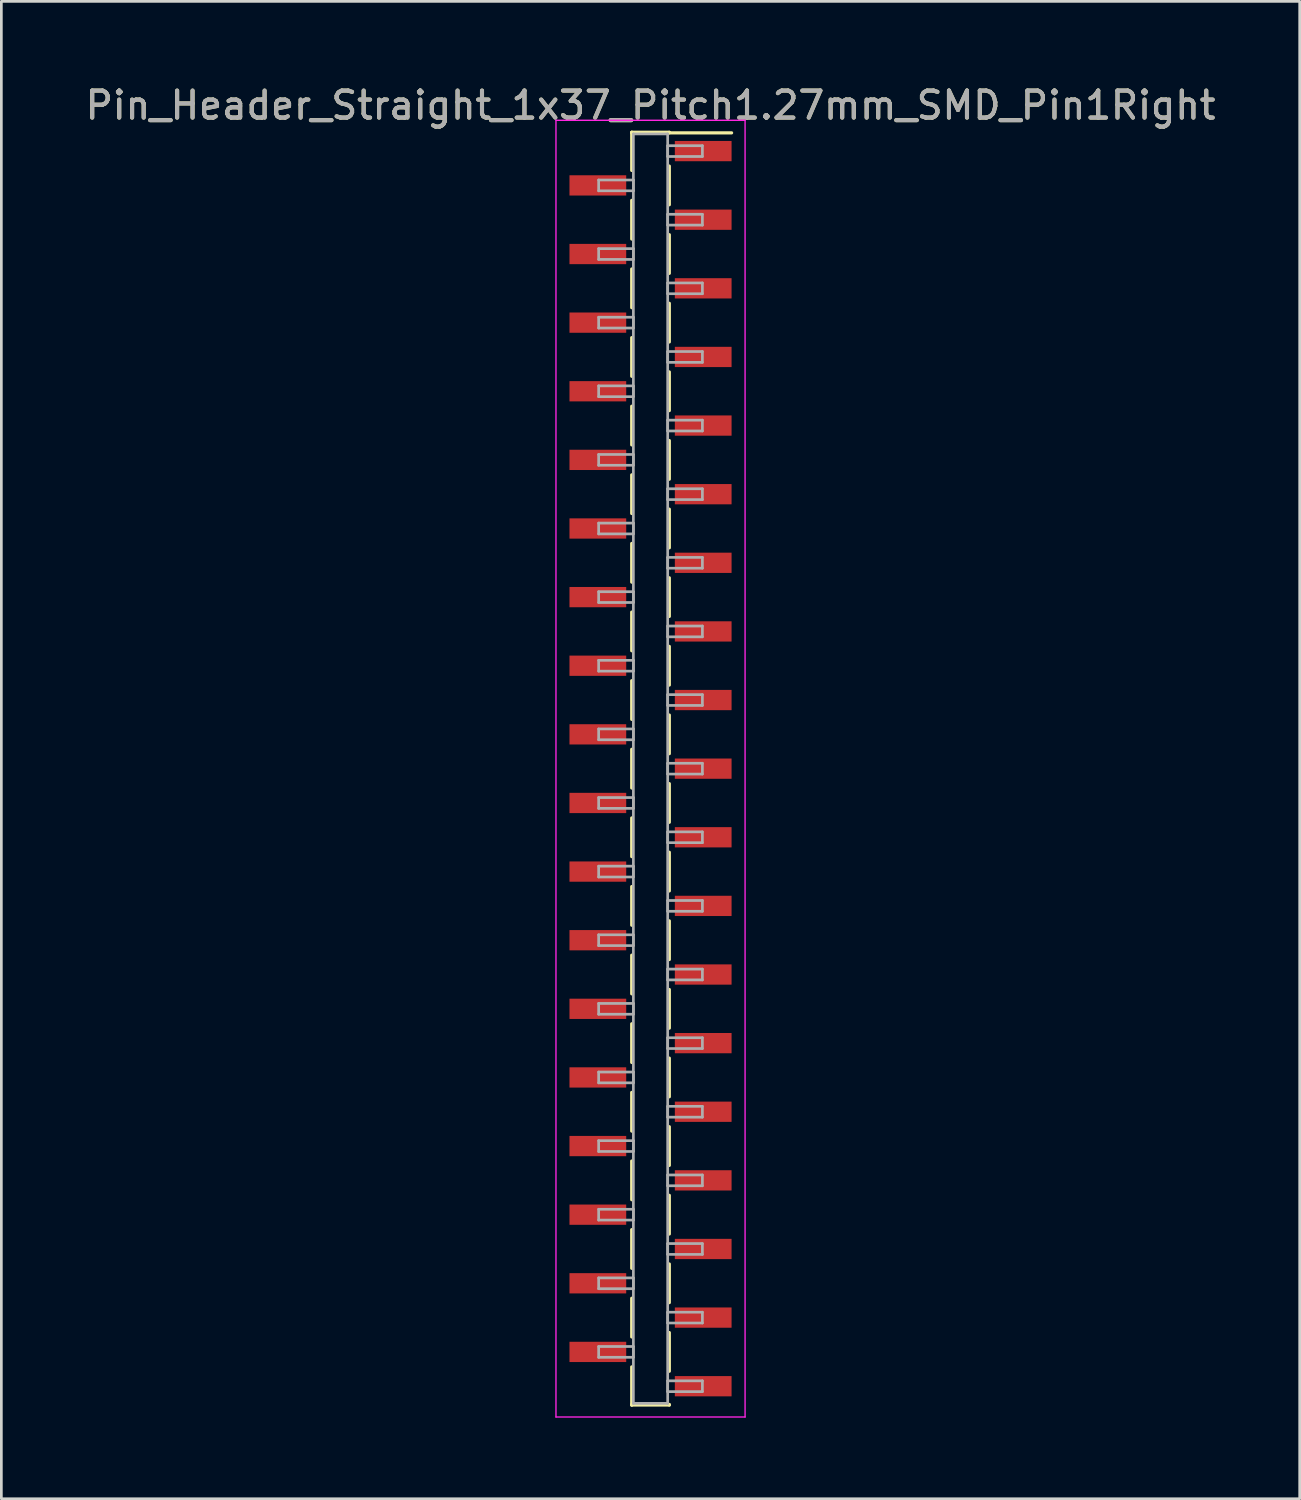
<source format=kicad_pcb>
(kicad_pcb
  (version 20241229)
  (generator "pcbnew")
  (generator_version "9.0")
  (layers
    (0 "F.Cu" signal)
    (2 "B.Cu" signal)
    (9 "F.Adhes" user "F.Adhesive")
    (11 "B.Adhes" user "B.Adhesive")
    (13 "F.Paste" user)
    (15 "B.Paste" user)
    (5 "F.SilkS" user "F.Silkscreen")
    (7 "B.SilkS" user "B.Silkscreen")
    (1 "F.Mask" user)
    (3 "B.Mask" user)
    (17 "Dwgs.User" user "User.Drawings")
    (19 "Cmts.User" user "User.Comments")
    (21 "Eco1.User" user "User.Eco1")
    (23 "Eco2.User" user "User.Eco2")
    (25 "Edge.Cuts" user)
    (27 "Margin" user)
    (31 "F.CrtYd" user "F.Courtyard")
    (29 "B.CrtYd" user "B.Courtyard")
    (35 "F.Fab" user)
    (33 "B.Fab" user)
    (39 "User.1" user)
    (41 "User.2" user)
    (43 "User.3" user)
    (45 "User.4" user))
  (footprint "Pin_Header_Straight_1x37_Pitch1.27mm_SMD_Pin1Right"
    (layer "F.Cu")
    (at 21.03 25.403)
    (property "Reference" "Pin_Header_Straight_1x37_Pitch1.27mm_SMD_Pin1Right" (at 0 -24.555 0) (layer "F.SilkS") (effects (font (size 1 1) (thickness 0.15))))
    (attr smd)
    (fp_line (start -0.695 -23.555) (end -0.695 -22.145) (stroke (width 0.12) (type solid)) (layer "F.SilkS"))
    (fp_line (start -0.695 -23.555) (end 0.695 -23.555) (stroke (width 0.12) (type solid)) (layer "F.SilkS"))
    (fp_line (start -0.695 -23.535) (end -0.695 -23.555) (stroke (width 0.12) (type solid)) (layer "F.SilkS"))
    (fp_line (start -0.695 -21.035) (end -0.695 -19.605) (stroke (width 0.12) (type solid)) (layer "F.SilkS"))
    (fp_line (start -0.695 -18.495) (end -0.695 -17.065) (stroke (width 0.12) (type solid)) (layer "F.SilkS"))
    (fp_line (start -0.695 -15.955) (end -0.695 -14.525) (stroke (width 0.12) (type solid)) (layer "F.SilkS"))
    (fp_line (start -0.695 -13.415) (end -0.695 -11.985) (stroke (width 0.12) (type solid)) (layer "F.SilkS"))
    (fp_line (start -0.695 -10.875) (end -0.695 -9.445) (stroke (width 0.12) (type solid)) (layer "F.SilkS"))
    (fp_line (start -0.695 -8.335) (end -0.695 -6.905) (stroke (width 0.12) (type solid)) (layer "F.SilkS"))
    (fp_line (start -0.695 -5.795) (end -0.695 -4.365) (stroke (width 0.12) (type solid)) (layer "F.SilkS"))
    (fp_line (start -0.695 -3.255) (end -0.695 -1.825) (stroke (width 0.12) (type solid)) (layer "F.SilkS"))
    (fp_line (start -0.695 -0.715) (end -0.695 0.715) (stroke (width 0.12) (type solid)) (layer "F.SilkS"))
    (fp_line (start -0.695 1.825) (end -0.695 3.255) (stroke (width 0.12) (type solid)) (layer "F.SilkS"))
    (fp_line (start -0.695 4.365) (end -0.695 5.795) (stroke (width 0.12) (type solid)) (layer "F.SilkS"))
    (fp_line (start -0.695 6.905) (end -0.695 8.335) (stroke (width 0.12) (type solid)) (layer "F.SilkS"))
    (fp_line (start -0.695 9.445) (end -0.695 10.875) (stroke (width 0.12) (type solid)) (layer "F.SilkS"))
    (fp_line (start -0.695 11.985) (end -0.695 13.415) (stroke (width 0.12) (type solid)) (layer "F.SilkS"))
    (fp_line (start -0.695 14.525) (end -0.695 15.955) (stroke (width 0.12) (type solid)) (layer "F.SilkS"))
    (fp_line (start -0.695 17.065) (end -0.695 18.495) (stroke (width 0.12) (type solid)) (layer "F.SilkS"))
    (fp_line (start -0.695 19.605) (end -0.695 21.035) (stroke (width 0.12) (type solid)) (layer "F.SilkS"))
    (fp_line (start -0.695 22.145) (end -0.695 23.555) (stroke (width 0.12) (type solid)) (layer "F.SilkS"))
    (fp_line (start -0.695 23.535) (end -0.695 23.555) (stroke (width 0.12) (type solid)) (layer "F.SilkS"))
    (fp_line (start -0.695 23.555) (end 0.695 23.555) (stroke (width 0.12) (type solid)) (layer "F.SilkS"))
    (fp_line (start 0.695 -23.555) (end 0.695 -23.535) (stroke (width 0.12) (type solid)) (layer "F.SilkS"))
    (fp_line (start 0.695 -23.535) (end 3 -23.535) (stroke (width 0.12) (type solid)) (layer "F.SilkS"))
    (fp_line (start 0.695 -22.305) (end 0.695 -20.875) (stroke (width 0.12) (type solid)) (layer "F.SilkS"))
    (fp_line (start 0.695 -19.765) (end 0.695 -18.335) (stroke (width 0.12) (type solid)) (layer "F.SilkS"))
    (fp_line (start 0.695 -17.225) (end 0.695 -15.795) (stroke (width 0.12) (type solid)) (layer "F.SilkS"))
    (fp_line (start 0.695 -14.685) (end 0.695 -13.255) (stroke (width 0.12) (type solid)) (layer "F.SilkS"))
    (fp_line (start 0.695 -12.145) (end 0.695 -10.715) (stroke (width 0.12) (type solid)) (layer "F.SilkS"))
    (fp_line (start 0.695 -9.605) (end 0.695 -8.175) (stroke (width 0.12) (type solid)) (layer "F.SilkS"))
    (fp_line (start 0.695 -7.065) (end 0.695 -5.635) (stroke (width 0.12) (type solid)) (layer "F.SilkS"))
    (fp_line (start 0.695 -4.525) (end 0.695 -3.095) (stroke (width 0.12) (type solid)) (layer "F.SilkS"))
    (fp_line (start 0.695 -1.985) (end 0.695 -0.555) (stroke (width 0.12) (type solid)) (layer "F.SilkS"))
    (fp_line (start 0.695 0.555) (end 0.695 1.985) (stroke (width 0.12) (type solid)) (layer "F.SilkS"))
    (fp_line (start 0.695 3.095) (end 0.695 4.525) (stroke (width 0.12) (type solid)) (layer "F.SilkS"))
    (fp_line (start 0.695 5.635) (end 0.695 7.065) (stroke (width 0.12) (type solid)) (layer "F.SilkS"))
    (fp_line (start 0.695 8.175) (end 0.695 9.605) (stroke (width 0.12) (type solid)) (layer "F.SilkS"))
    (fp_line (start 0.695 10.715) (end 0.695 12.145) (stroke (width 0.12) (type solid)) (layer "F.SilkS"))
    (fp_line (start 0.695 13.255) (end 0.695 14.685) (stroke (width 0.12) (type solid)) (layer "F.SilkS"))
    (fp_line (start 0.695 15.795) (end 0.695 17.225) (stroke (width 0.12) (type solid)) (layer "F.SilkS"))
    (fp_line (start 0.695 18.335) (end 0.695 19.765) (stroke (width 0.12) (type solid)) (layer "F.SilkS"))
    (fp_line (start 0.695 20.875) (end 0.695 22.305) (stroke (width 0.12) (type solid)) (layer "F.SilkS"))
    (fp_line (start 0.695 23.555) (end 0.695 23.535) (stroke (width 0.12) (type solid)) (layer "F.SilkS"))
    (fp_line (start -3.5 -24) (end -3.5 24) (stroke (width 0.05) (type solid)) (layer "F.CrtYd"))
    (fp_line (start -3.5 24) (end 3.5 24) (stroke (width 0.05) (type solid)) (layer "F.CrtYd"))
    (fp_line (start 3.5 -24) (end -3.5 -24) (stroke (width 0.05) (type solid)) (layer "F.CrtYd"))
    (fp_line (start 3.5 24) (end 3.5 -24) (stroke (width 0.05) (type solid)) (layer "F.CrtYd"))
    (fp_line (start -1.92 -21.79) (end -0.635 -21.79) (stroke (width 0.1) (type solid)) (layer "F.Fab"))
    (fp_line (start -1.92 -21.39) (end -1.92 -21.79) (stroke (width 0.1) (type solid)) (layer "F.Fab"))
    (fp_line (start -1.92 -19.25) (end -0.635 -19.25) (stroke (width 0.1) (type solid)) (layer "F.Fab"))
    (fp_line (start -1.92 -18.85) (end -1.92 -19.25) (stroke (width 0.1) (type solid)) (layer "F.Fab"))
    (fp_line (start -1.92 -16.71) (end -0.635 -16.71) (stroke (width 0.1) (type solid)) (layer "F.Fab"))
    (fp_line (start -1.92 -16.31) (end -1.92 -16.71) (stroke (width 0.1) (type solid)) (layer "F.Fab"))
    (fp_line (start -1.92 -14.17) (end -0.635 -14.17) (stroke (width 0.1) (type solid)) (layer "F.Fab"))
    (fp_line (start -1.92 -13.77) (end -1.92 -14.17) (stroke (width 0.1) (type solid)) (layer "F.Fab"))
    (fp_line (start -1.92 -11.63) (end -0.635 -11.63) (stroke (width 0.1) (type solid)) (layer "F.Fab"))
    (fp_line (start -1.92 -11.23) (end -1.92 -11.63) (stroke (width 0.1) (type solid)) (layer "F.Fab"))
    (fp_line (start -1.92 -9.09) (end -0.635 -9.09) (stroke (width 0.1) (type solid)) (layer "F.Fab"))
    (fp_line (start -1.92 -8.69) (end -1.92 -9.09) (stroke (width 0.1) (type solid)) (layer "F.Fab"))
    (fp_line (start -1.92 -6.55) (end -0.635 -6.55) (stroke (width 0.1) (type solid)) (layer "F.Fab"))
    (fp_line (start -1.92 -6.15) (end -1.92 -6.55) (stroke (width 0.1) (type solid)) (layer "F.Fab"))
    (fp_line (start -1.92 -4.01) (end -0.635 -4.01) (stroke (width 0.1) (type solid)) (layer "F.Fab"))
    (fp_line (start -1.92 -3.61) (end -1.92 -4.01) (stroke (width 0.1) (type solid)) (layer "F.Fab"))
    (fp_line (start -1.92 -1.47) (end -0.635 -1.47) (stroke (width 0.1) (type solid)) (layer "F.Fab"))
    (fp_line (start -1.92 -1.07) (end -1.92 -1.47) (stroke (width 0.1) (type solid)) (layer "F.Fab"))
    (fp_line (start -1.92 1.07) (end -0.635 1.07) (stroke (width 0.1) (type solid)) (layer "F.Fab"))
    (fp_line (start -1.92 1.47) (end -1.92 1.07) (stroke (width 0.1) (type solid)) (layer "F.Fab"))
    (fp_line (start -1.92 3.61) (end -0.635 3.61) (stroke (width 0.1) (type solid)) (layer "F.Fab"))
    (fp_line (start -1.92 4.01) (end -1.92 3.61) (stroke (width 0.1) (type solid)) (layer "F.Fab"))
    (fp_line (start -1.92 6.15) (end -0.635 6.15) (stroke (width 0.1) (type solid)) (layer "F.Fab"))
    (fp_line (start -1.92 6.55) (end -1.92 6.15) (stroke (width 0.1) (type solid)) (layer "F.Fab"))
    (fp_line (start -1.92 8.69) (end -0.635 8.69) (stroke (width 0.1) (type solid)) (layer "F.Fab"))
    (fp_line (start -1.92 9.09) (end -1.92 8.69) (stroke (width 0.1) (type solid)) (layer "F.Fab"))
    (fp_line (start -1.92 11.23) (end -0.635 11.23) (stroke (width 0.1) (type solid)) (layer "F.Fab"))
    (fp_line (start -1.92 11.63) (end -1.92 11.23) (stroke (width 0.1) (type solid)) (layer "F.Fab"))
    (fp_line (start -1.92 13.77) (end -0.635 13.77) (stroke (width 0.1) (type solid)) (layer "F.Fab"))
    (fp_line (start -1.92 14.17) (end -1.92 13.77) (stroke (width 0.1) (type solid)) (layer "F.Fab"))
    (fp_line (start -1.92 16.31) (end -0.635 16.31) (stroke (width 0.1) (type solid)) (layer "F.Fab"))
    (fp_line (start -1.92 16.71) (end -1.92 16.31) (stroke (width 0.1) (type solid)) (layer "F.Fab"))
    (fp_line (start -1.92 18.85) (end -0.635 18.85) (stroke (width 0.1) (type solid)) (layer "F.Fab"))
    (fp_line (start -1.92 19.25) (end -1.92 18.85) (stroke (width 0.1) (type solid)) (layer "F.Fab"))
    (fp_line (start -1.92 21.39) (end -0.635 21.39) (stroke (width 0.1) (type solid)) (layer "F.Fab"))
    (fp_line (start -1.92 21.79) (end -1.92 21.39) (stroke (width 0.1) (type solid)) (layer "F.Fab"))
    (fp_line (start -0.635 -23.495) (end -0.635 23.495) (stroke (width 0.1) (type solid)) (layer "F.Fab"))
    (fp_line (start -0.635 -21.79) (end -0.635 -21.39) (stroke (width 0.1) (type solid)) (layer "F.Fab"))
    (fp_line (start -0.635 -21.39) (end -1.92 -21.39) (stroke (width 0.1) (type solid)) (layer "F.Fab"))
    (fp_line (start -0.635 -19.25) (end -0.635 -18.85) (stroke (width 0.1) (type solid)) (layer "F.Fab"))
    (fp_line (start -0.635 -18.85) (end -1.92 -18.85) (stroke (width 0.1) (type solid)) (layer "F.Fab"))
    (fp_line (start -0.635 -16.71) (end -0.635 -16.31) (stroke (width 0.1) (type solid)) (layer "F.Fab"))
    (fp_line (start -0.635 -16.31) (end -1.92 -16.31) (stroke (width 0.1) (type solid)) (layer "F.Fab"))
    (fp_line (start -0.635 -14.17) (end -0.635 -13.77) (stroke (width 0.1) (type solid)) (layer "F.Fab"))
    (fp_line (start -0.635 -13.77) (end -1.92 -13.77) (stroke (width 0.1) (type solid)) (layer "F.Fab"))
    (fp_line (start -0.635 -11.63) (end -0.635 -11.23) (stroke (width 0.1) (type solid)) (layer "F.Fab"))
    (fp_line (start -0.635 -11.23) (end -1.92 -11.23) (stroke (width 0.1) (type solid)) (layer "F.Fab"))
    (fp_line (start -0.635 -9.09) (end -0.635 -8.69) (stroke (width 0.1) (type solid)) (layer "F.Fab"))
    (fp_line (start -0.635 -8.69) (end -1.92 -8.69) (stroke (width 0.1) (type solid)) (layer "F.Fab"))
    (fp_line (start -0.635 -6.55) (end -0.635 -6.15) (stroke (width 0.1) (type solid)) (layer "F.Fab"))
    (fp_line (start -0.635 -6.15) (end -1.92 -6.15) (stroke (width 0.1) (type solid)) (layer "F.Fab"))
    (fp_line (start -0.635 -4.01) (end -0.635 -3.61) (stroke (width 0.1) (type solid)) (layer "F.Fab"))
    (fp_line (start -0.635 -3.61) (end -1.92 -3.61) (stroke (width 0.1) (type solid)) (layer "F.Fab"))
    (fp_line (start -0.635 -1.47) (end -0.635 -1.07) (stroke (width 0.1) (type solid)) (layer "F.Fab"))
    (fp_line (start -0.635 -1.07) (end -1.92 -1.07) (stroke (width 0.1) (type solid)) (layer "F.Fab"))
    (fp_line (start -0.635 1.07) (end -0.635 1.47) (stroke (width 0.1) (type solid)) (layer "F.Fab"))
    (fp_line (start -0.635 1.47) (end -1.92 1.47) (stroke (width 0.1) (type solid)) (layer "F.Fab"))
    (fp_line (start -0.635 3.61) (end -0.635 4.01) (stroke (width 0.1) (type solid)) (layer "F.Fab"))
    (fp_line (start -0.635 4.01) (end -1.92 4.01) (stroke (width 0.1) (type solid)) (layer "F.Fab"))
    (fp_line (start -0.635 6.15) (end -0.635 6.55) (stroke (width 0.1) (type solid)) (layer "F.Fab"))
    (fp_line (start -0.635 6.55) (end -1.92 6.55) (stroke (width 0.1) (type solid)) (layer "F.Fab"))
    (fp_line (start -0.635 8.69) (end -0.635 9.09) (stroke (width 0.1) (type solid)) (layer "F.Fab"))
    (fp_line (start -0.635 9.09) (end -1.92 9.09) (stroke (width 0.1) (type solid)) (layer "F.Fab"))
    (fp_line (start -0.635 11.23) (end -0.635 11.63) (stroke (width 0.1) (type solid)) (layer "F.Fab"))
    (fp_line (start -0.635 11.63) (end -1.92 11.63) (stroke (width 0.1) (type solid)) (layer "F.Fab"))
    (fp_line (start -0.635 13.77) (end -0.635 14.17) (stroke (width 0.1) (type solid)) (layer "F.Fab"))
    (fp_line (start -0.635 14.17) (end -1.92 14.17) (stroke (width 0.1) (type solid)) (layer "F.Fab"))
    (fp_line (start -0.635 16.31) (end -0.635 16.71) (stroke (width 0.1) (type solid)) (layer "F.Fab"))
    (fp_line (start -0.635 16.71) (end -1.92 16.71) (stroke (width 0.1) (type solid)) (layer "F.Fab"))
    (fp_line (start -0.635 18.85) (end -0.635 19.25) (stroke (width 0.1) (type solid)) (layer "F.Fab"))
    (fp_line (start -0.635 19.25) (end -1.92 19.25) (stroke (width 0.1) (type solid)) (layer "F.Fab"))
    (fp_line (start -0.635 21.39) (end -0.635 21.79) (stroke (width 0.1) (type solid)) (layer "F.Fab"))
    (fp_line (start -0.635 21.79) (end -1.92 21.79) (stroke (width 0.1) (type solid)) (layer "F.Fab"))
    (fp_line (start -0.635 23.495) (end 0.635 23.495) (stroke (width 0.1) (type solid)) (layer "F.Fab"))
    (fp_line (start 0.635 -23.495) (end -0.635 -23.495) (stroke (width 0.1) (type solid)) (layer "F.Fab"))
    (fp_line (start 0.635 -23.06) (end 0.635 -22.66) (stroke (width 0.1) (type solid)) (layer "F.Fab"))
    (fp_line (start 0.635 -22.66) (end 1.92 -22.66) (stroke (width 0.1) (type solid)) (layer "F.Fab"))
    (fp_line (start 0.635 -20.52) (end 0.635 -20.12) (stroke (width 0.1) (type solid)) (layer "F.Fab"))
    (fp_line (start 0.635 -20.12) (end 1.92 -20.12) (stroke (width 0.1) (type solid)) (layer "F.Fab"))
    (fp_line (start 0.635 -17.98) (end 0.635 -17.58) (stroke (width 0.1) (type solid)) (layer "F.Fab"))
    (fp_line (start 0.635 -17.58) (end 1.92 -17.58) (stroke (width 0.1) (type solid)) (layer "F.Fab"))
    (fp_line (start 0.635 -15.44) (end 0.635 -15.04) (stroke (width 0.1) (type solid)) (layer "F.Fab"))
    (fp_line (start 0.635 -15.04) (end 1.92 -15.04) (stroke (width 0.1) (type solid)) (layer "F.Fab"))
    (fp_line (start 0.635 -12.9) (end 0.635 -12.5) (stroke (width 0.1) (type solid)) (layer "F.Fab"))
    (fp_line (start 0.635 -12.5) (end 1.92 -12.5) (stroke (width 0.1) (type solid)) (layer "F.Fab"))
    (fp_line (start 0.635 -10.36) (end 0.635 -9.96) (stroke (width 0.1) (type solid)) (layer "F.Fab"))
    (fp_line (start 0.635 -9.96) (end 1.92 -9.96) (stroke (width 0.1) (type solid)) (layer "F.Fab"))
    (fp_line (start 0.635 -7.82) (end 0.635 -7.42) (stroke (width 0.1) (type solid)) (layer "F.Fab"))
    (fp_line (start 0.635 -7.42) (end 1.92 -7.42) (stroke (width 0.1) (type solid)) (layer "F.Fab"))
    (fp_line (start 0.635 -5.28) (end 0.635 -4.88) (stroke (width 0.1) (type solid)) (layer "F.Fab"))
    (fp_line (start 0.635 -4.88) (end 1.92 -4.88) (stroke (width 0.1) (type solid)) (layer "F.Fab"))
    (fp_line (start 0.635 -2.74) (end 0.635 -2.34) (stroke (width 0.1) (type solid)) (layer "F.Fab"))
    (fp_line (start 0.635 -2.34) (end 1.92 -2.34) (stroke (width 0.1) (type solid)) (layer "F.Fab"))
    (fp_line (start 0.635 -0.2) (end 0.635 0.2) (stroke (width 0.1) (type solid)) (layer "F.Fab"))
    (fp_line (start 0.635 0.2) (end 1.92 0.2) (stroke (width 0.1) (type solid)) (layer "F.Fab"))
    (fp_line (start 0.635 2.34) (end 0.635 2.74) (stroke (width 0.1) (type solid)) (layer "F.Fab"))
    (fp_line (start 0.635 2.74) (end 1.92 2.74) (stroke (width 0.1) (type solid)) (layer "F.Fab"))
    (fp_line (start 0.635 4.88) (end 0.635 5.28) (stroke (width 0.1) (type solid)) (layer "F.Fab"))
    (fp_line (start 0.635 5.28) (end 1.92 5.28) (stroke (width 0.1) (type solid)) (layer "F.Fab"))
    (fp_line (start 0.635 7.42) (end 0.635 7.82) (stroke (width 0.1) (type solid)) (layer "F.Fab"))
    (fp_line (start 0.635 7.82) (end 1.92 7.82) (stroke (width 0.1) (type solid)) (layer "F.Fab"))
    (fp_line (start 0.635 9.96) (end 0.635 10.36) (stroke (width 0.1) (type solid)) (layer "F.Fab"))
    (fp_line (start 0.635 10.36) (end 1.92 10.36) (stroke (width 0.1) (type solid)) (layer "F.Fab"))
    (fp_line (start 0.635 12.5) (end 0.635 12.9) (stroke (width 0.1) (type solid)) (layer "F.Fab"))
    (fp_line (start 0.635 12.9) (end 1.92 12.9) (stroke (width 0.1) (type solid)) (layer "F.Fab"))
    (fp_line (start 0.635 15.04) (end 0.635 15.44) (stroke (width 0.1) (type solid)) (layer "F.Fab"))
    (fp_line (start 0.635 15.44) (end 1.92 15.44) (stroke (width 0.1) (type solid)) (layer "F.Fab"))
    (fp_line (start 0.635 17.58) (end 0.635 17.98) (stroke (width 0.1) (type solid)) (layer "F.Fab"))
    (fp_line (start 0.635 17.98) (end 1.92 17.98) (stroke (width 0.1) (type solid)) (layer "F.Fab"))
    (fp_line (start 0.635 20.12) (end 0.635 20.52) (stroke (width 0.1) (type solid)) (layer "F.Fab"))
    (fp_line (start 0.635 20.52) (end 1.92 20.52) (stroke (width 0.1) (type solid)) (layer "F.Fab"))
    (fp_line (start 0.635 22.66) (end 0.635 23.06) (stroke (width 0.1) (type solid)) (layer "F.Fab"))
    (fp_line (start 0.635 23.06) (end 1.92 23.06) (stroke (width 0.1) (type solid)) (layer "F.Fab"))
    (fp_line (start 0.635 23.495) (end 0.635 -23.495) (stroke (width 0.1) (type solid)) (layer "F.Fab"))
    (fp_line (start 1.92 -23.06) (end 0.635 -23.06) (stroke (width 0.1) (type solid)) (layer "F.Fab"))
    (fp_line (start 1.92 -22.66) (end 1.92 -23.06) (stroke (width 0.1) (type solid)) (layer "F.Fab"))
    (fp_line (start 1.92 -20.52) (end 0.635 -20.52) (stroke (width 0.1) (type solid)) (layer "F.Fab"))
    (fp_line (start 1.92 -20.12) (end 1.92 -20.52) (stroke (width 0.1) (type solid)) (layer "F.Fab"))
    (fp_line (start 1.92 -17.98) (end 0.635 -17.98) (stroke (width 0.1) (type solid)) (layer "F.Fab"))
    (fp_line (start 1.92 -17.58) (end 1.92 -17.98) (stroke (width 0.1) (type solid)) (layer "F.Fab"))
    (fp_line (start 1.92 -15.44) (end 0.635 -15.44) (stroke (width 0.1) (type solid)) (layer "F.Fab"))
    (fp_line (start 1.92 -15.04) (end 1.92 -15.44) (stroke (width 0.1) (type solid)) (layer "F.Fab"))
    (fp_line (start 1.92 -12.9) (end 0.635 -12.9) (stroke (width 0.1) (type solid)) (layer "F.Fab"))
    (fp_line (start 1.92 -12.5) (end 1.92 -12.9) (stroke (width 0.1) (type solid)) (layer "F.Fab"))
    (fp_line (start 1.92 -10.36) (end 0.635 -10.36) (stroke (width 0.1) (type solid)) (layer "F.Fab"))
    (fp_line (start 1.92 -9.96) (end 1.92 -10.36) (stroke (width 0.1) (type solid)) (layer "F.Fab"))
    (fp_line (start 1.92 -7.82) (end 0.635 -7.82) (stroke (width 0.1) (type solid)) (layer "F.Fab"))
    (fp_line (start 1.92 -7.42) (end 1.92 -7.82) (stroke (width 0.1) (type solid)) (layer "F.Fab"))
    (fp_line (start 1.92 -5.28) (end 0.635 -5.28) (stroke (width 0.1) (type solid)) (layer "F.Fab"))
    (fp_line (start 1.92 -4.88) (end 1.92 -5.28) (stroke (width 0.1) (type solid)) (layer "F.Fab"))
    (fp_line (start 1.92 -2.74) (end 0.635 -2.74) (stroke (width 0.1) (type solid)) (layer "F.Fab"))
    (fp_line (start 1.92 -2.34) (end 1.92 -2.74) (stroke (width 0.1) (type solid)) (layer "F.Fab"))
    (fp_line (start 1.92 -0.2) (end 0.635 -0.2) (stroke (width 0.1) (type solid)) (layer "F.Fab"))
    (fp_line (start 1.92 0.2) (end 1.92 -0.2) (stroke (width 0.1) (type solid)) (layer "F.Fab"))
    (fp_line (start 1.92 2.34) (end 0.635 2.34) (stroke (width 0.1) (type solid)) (layer "F.Fab"))
    (fp_line (start 1.92 2.74) (end 1.92 2.34) (stroke (width 0.1) (type solid)) (layer "F.Fab"))
    (fp_line (start 1.92 4.88) (end 0.635 4.88) (stroke (width 0.1) (type solid)) (layer "F.Fab"))
    (fp_line (start 1.92 5.28) (end 1.92 4.88) (stroke (width 0.1) (type solid)) (layer "F.Fab"))
    (fp_line (start 1.92 7.42) (end 0.635 7.42) (stroke (width 0.1) (type solid)) (layer "F.Fab"))
    (fp_line (start 1.92 7.82) (end 1.92 7.42) (stroke (width 0.1) (type solid)) (layer "F.Fab"))
    (fp_line (start 1.92 9.96) (end 0.635 9.96) (stroke (width 0.1) (type solid)) (layer "F.Fab"))
    (fp_line (start 1.92 10.36) (end 1.92 9.96) (stroke (width 0.1) (type solid)) (layer "F.Fab"))
    (fp_line (start 1.92 12.5) (end 0.635 12.5) (stroke (width 0.1) (type solid)) (layer "F.Fab"))
    (fp_line (start 1.92 12.9) (end 1.92 12.5) (stroke (width 0.1) (type solid)) (layer "F.Fab"))
    (fp_line (start 1.92 15.04) (end 0.635 15.04) (stroke (width 0.1) (type solid)) (layer "F.Fab"))
    (fp_line (start 1.92 15.44) (end 1.92 15.04) (stroke (width 0.1) (type solid)) (layer "F.Fab"))
    (fp_line (start 1.92 17.58) (end 0.635 17.58) (stroke (width 0.1) (type solid)) (layer "F.Fab"))
    (fp_line (start 1.92 17.98) (end 1.92 17.58) (stroke (width 0.1) (type solid)) (layer "F.Fab"))
    (fp_line (start 1.92 20.12) (end 0.635 20.12) (stroke (width 0.1) (type solid)) (layer "F.Fab"))
    (fp_line (start 1.92 20.52) (end 1.92 20.12) (stroke (width 0.1) (type solid)) (layer "F.Fab"))
    (fp_line (start 1.92 22.66) (end 0.635 22.66) (stroke (width 0.1) (type solid)) (layer "F.Fab"))
    (fp_line (start 1.92 23.06) (end 1.92 22.66) (stroke (width 0.1) (type solid)) (layer "F.Fab"))
    (fp_text user "${REFERENCE}" (at 0 -24.555 0) (layer "F.Fab") (effects (font (size 1 1) (thickness 0.15))))
    (pad "1" smd rect (at 1.95 -22.86) (size 2.1 0.75) (layers "F.Cu" "F.Mask" "F.Paste"))
    (pad "2" smd rect (at -1.95 -21.59) (size 2.1 0.75) (layers "F.Cu" "F.Mask" "F.Paste"))
    (pad "3" smd rect (at 1.95 -20.32) (size 2.1 0.75) (layers "F.Cu" "F.Mask" "F.Paste"))
    (pad "4" smd rect (at -1.95 -19.05) (size 2.1 0.75) (layers "F.Cu" "F.Mask" "F.Paste"))
    (pad "5" smd rect (at 1.95 -17.78) (size 2.1 0.75) (layers "F.Cu" "F.Mask" "F.Paste"))
    (pad "6" smd rect (at -1.95 -16.51) (size 2.1 0.75) (layers "F.Cu" "F.Mask" "F.Paste"))
    (pad "7" smd rect (at 1.95 -15.24) (size 2.1 0.75) (layers "F.Cu" "F.Mask" "F.Paste"))
    (pad "8" smd rect (at -1.95 -13.97) (size 2.1 0.75) (layers "F.Cu" "F.Mask" "F.Paste"))
    (pad "9" smd rect (at 1.95 -12.7) (size 2.1 0.75) (layers "F.Cu" "F.Mask" "F.Paste"))
    (pad "10" smd rect (at -1.95 -11.43) (size 2.1 0.75) (layers "F.Cu" "F.Mask" "F.Paste"))
    (pad "11" smd rect (at 1.95 -10.16) (size 2.1 0.75) (layers "F.Cu" "F.Mask" "F.Paste"))
    (pad "12" smd rect (at -1.95 -8.89) (size 2.1 0.75) (layers "F.Cu" "F.Mask" "F.Paste"))
    (pad "13" smd rect (at 1.95 -7.62) (size 2.1 0.75) (layers "F.Cu" "F.Mask" "F.Paste"))
    (pad "14" smd rect (at -1.95 -6.35) (size 2.1 0.75) (layers "F.Cu" "F.Mask" "F.Paste"))
    (pad "15" smd rect (at 1.95 -5.08) (size 2.1 0.75) (layers "F.Cu" "F.Mask" "F.Paste"))
    (pad "16" smd rect (at -1.95 -3.81) (size 2.1 0.75) (layers "F.Cu" "F.Mask" "F.Paste"))
    (pad "17" smd rect (at 1.95 -2.54) (size 2.1 0.75) (layers "F.Cu" "F.Mask" "F.Paste"))
    (pad "18" smd rect (at -1.95 -1.27) (size 2.1 0.75) (layers "F.Cu" "F.Mask" "F.Paste"))
    (pad "19" smd rect (at 1.95 0) (size 2.1 0.75) (layers "F.Cu" "F.Mask" "F.Paste"))
    (pad "20" smd rect (at -1.95 1.27) (size 2.1 0.75) (layers "F.Cu" "F.Mask" "F.Paste"))
    (pad "21" smd rect (at 1.95 2.54) (size 2.1 0.75) (layers "F.Cu" "F.Mask" "F.Paste"))
    (pad "22" smd rect (at -1.95 3.81) (size 2.1 0.75) (layers "F.Cu" "F.Mask" "F.Paste"))
    (pad "23" smd rect (at 1.95 5.08) (size 2.1 0.75) (layers "F.Cu" "F.Mask" "F.Paste"))
    (pad "24" smd rect (at -1.95 6.35) (size 2.1 0.75) (layers "F.Cu" "F.Mask" "F.Paste"))
    (pad "25" smd rect (at 1.95 7.62) (size 2.1 0.75) (layers "F.Cu" "F.Mask" "F.Paste"))
    (pad "26" smd rect (at -1.95 8.89) (size 2.1 0.75) (layers "F.Cu" "F.Mask" "F.Paste"))
    (pad "27" smd rect (at 1.95 10.16) (size 2.1 0.75) (layers "F.Cu" "F.Mask" "F.Paste"))
    (pad "28" smd rect (at -1.95 11.43) (size 2.1 0.75) (layers "F.Cu" "F.Mask" "F.Paste"))
    (pad "29" smd rect (at 1.95 12.7) (size 2.1 0.75) (layers "F.Cu" "F.Mask" "F.Paste"))
    (pad "30" smd rect (at -1.95 13.97) (size 2.1 0.75) (layers "F.Cu" "F.Mask" "F.Paste"))
    (pad "31" smd rect (at 1.95 15.24) (size 2.1 0.75) (layers "F.Cu" "F.Mask" "F.Paste"))
    (pad "32" smd rect (at -1.95 16.51) (size 2.1 0.75) (layers "F.Cu" "F.Mask" "F.Paste"))
    (pad "33" smd rect (at 1.95 17.78) (size 2.1 0.75) (layers "F.Cu" "F.Mask" "F.Paste"))
    (pad "34" smd rect (at -1.95 19.05) (size 2.1 0.75) (layers "F.Cu" "F.Mask" "F.Paste"))
    (pad "35" smd rect (at 1.95 20.32) (size 2.1 0.75) (layers "F.Cu" "F.Mask" "F.Paste"))
    (pad "36" smd rect (at -1.95 21.59) (size 2.1 0.75) (layers "F.Cu" "F.Mask" "F.Paste"))
    (pad "37" smd rect (at 1.95 22.86) (size 2.1 0.75) (layers "F.Cu" "F.Mask" "F.Paste")))
  (gr_rect
    (start -3 -3)
    (end 45.06 52.428)
    (stroke (width 0.1) (type default))
    (fill no)
    (layer "Edge.Cuts")))
</source>
